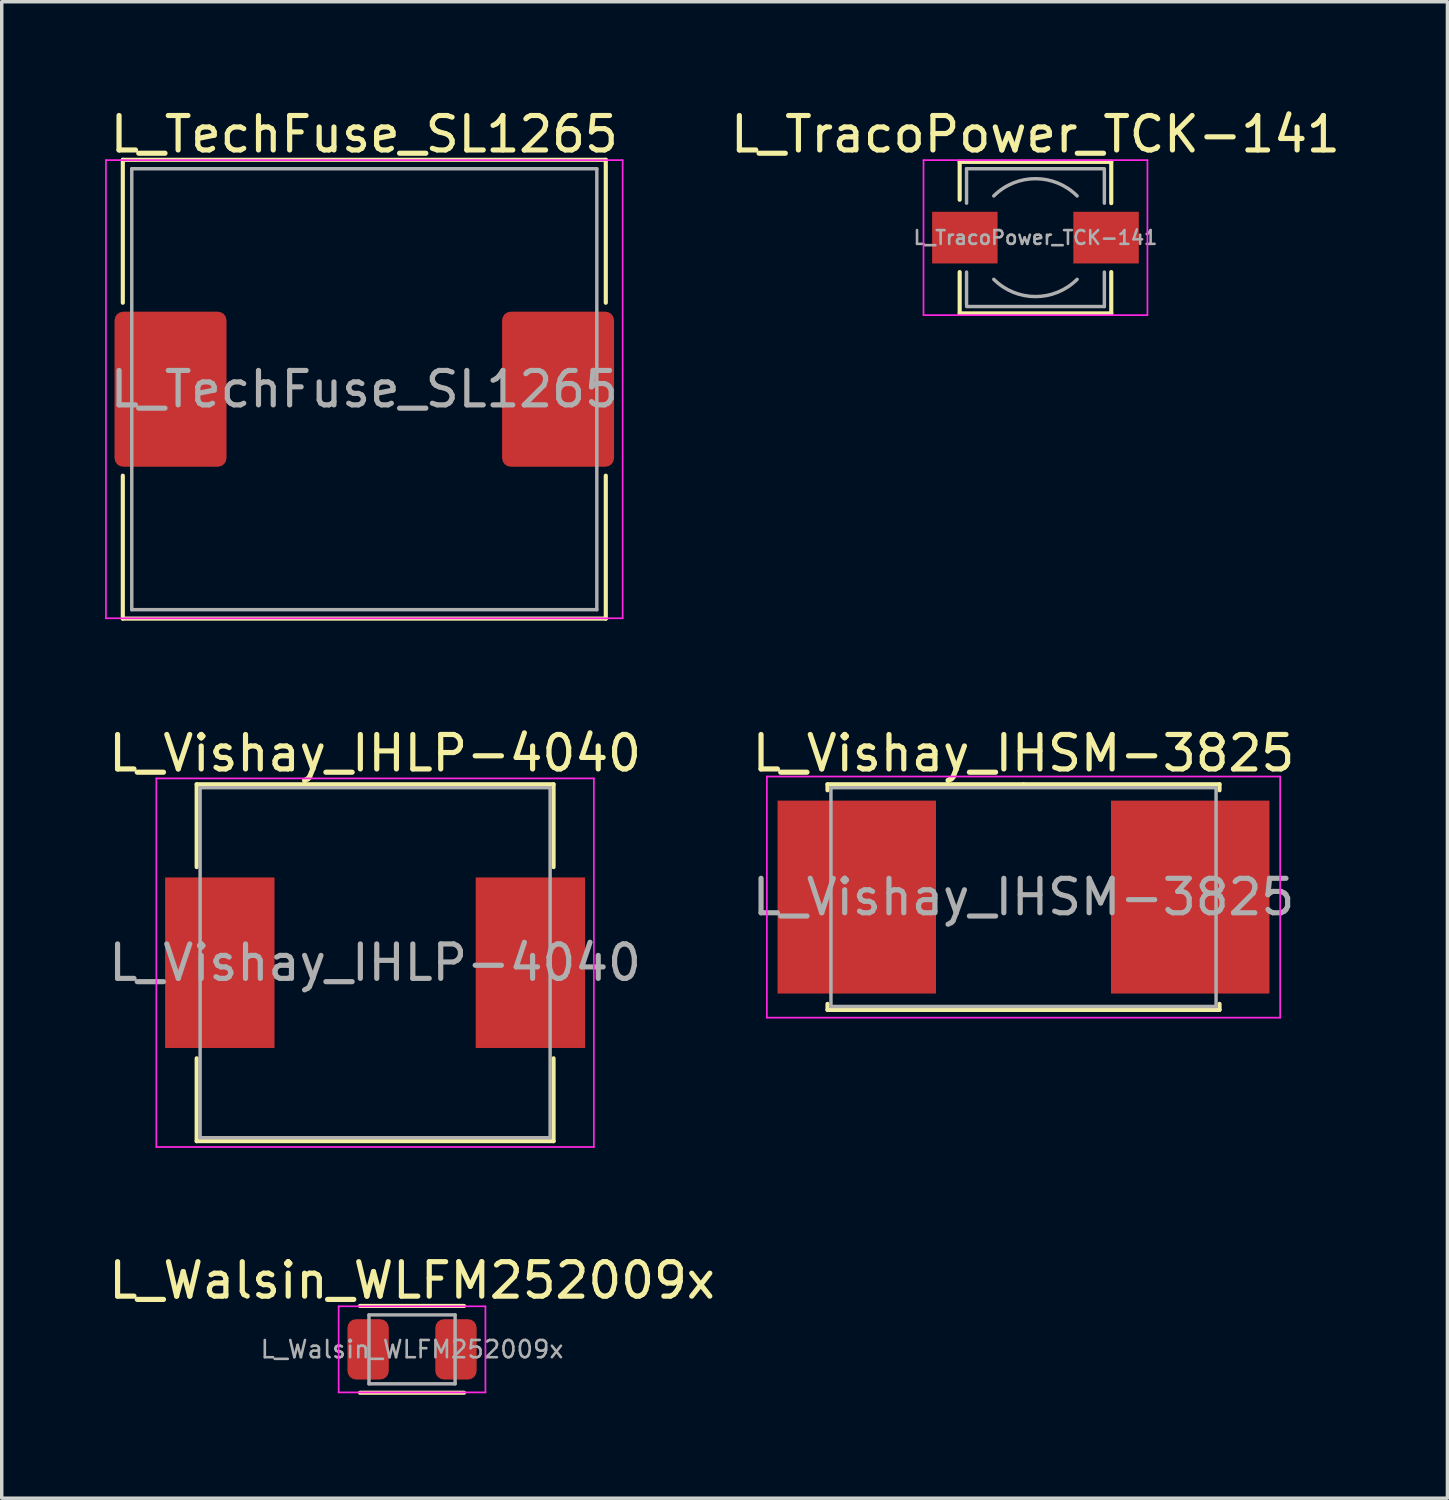
<source format=kicad_pcb>
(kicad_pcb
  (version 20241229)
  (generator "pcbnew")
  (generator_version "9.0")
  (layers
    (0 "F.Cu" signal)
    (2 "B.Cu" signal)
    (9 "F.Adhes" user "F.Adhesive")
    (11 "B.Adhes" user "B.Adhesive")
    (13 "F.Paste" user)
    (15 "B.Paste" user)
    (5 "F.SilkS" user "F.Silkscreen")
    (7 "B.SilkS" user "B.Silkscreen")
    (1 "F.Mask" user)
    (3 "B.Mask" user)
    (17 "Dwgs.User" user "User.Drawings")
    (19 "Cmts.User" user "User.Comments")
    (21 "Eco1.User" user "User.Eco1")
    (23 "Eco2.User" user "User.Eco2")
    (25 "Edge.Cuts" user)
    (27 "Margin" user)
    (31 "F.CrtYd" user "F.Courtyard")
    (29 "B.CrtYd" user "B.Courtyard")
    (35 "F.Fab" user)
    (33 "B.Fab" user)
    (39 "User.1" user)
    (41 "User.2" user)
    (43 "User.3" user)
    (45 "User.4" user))
  (footprint "L_TechFuse_SL1265"
    (layer "F.Cu")
    (at 7.525 8.248)
    (property "Reference" "L_TechFuse_SL1265" (at 0 -7.4 0) (layer "F.SilkS") (effects (font (size 1 1) (thickness 0.15))))
    (attr smd)
    (fp_line (start -7.01 -6.66) (end -7.01 -2.51) (stroke (width 0.12) (type solid)) (layer "F.SilkS"))
    (fp_line (start -7.01 -6.66) (end 7.01 -6.66) (stroke (width 0.12) (type solid)) (layer "F.SilkS"))
    (fp_line (start -7.01 6.66) (end -7.01 2.51) (stroke (width 0.12) (type solid)) (layer "F.SilkS"))
    (fp_line (start -7.01 6.66) (end 7.01 6.66) (stroke (width 0.12) (type solid)) (layer "F.SilkS"))
    (fp_line (start 7.01 -6.66) (end 7.01 -2.51) (stroke (width 0.12) (type solid)) (layer "F.SilkS"))
    (fp_line (start 7.01 6.66) (end 7.01 2.51) (stroke (width 0.12) (type solid)) (layer "F.SilkS"))
    (fp_line (start -7.5 -6.65) (end -7.5 6.65) (stroke (width 0.05) (type solid)) (layer "F.CrtYd"))
    (fp_line (start -7.5 6.65) (end 7.5 6.65) (stroke (width 0.05) (type solid)) (layer "F.CrtYd"))
    (fp_line (start 7.5 -6.65) (end -7.5 -6.65) (stroke (width 0.05) (type solid)) (layer "F.CrtYd"))
    (fp_line (start 7.5 6.65) (end 7.5 -6.65) (stroke (width 0.05) (type solid)) (layer "F.CrtYd"))
    (fp_line (start -6.75 -6.4) (end -6.75 6.4) (stroke (width 0.1) (type solid)) (layer "F.Fab"))
    (fp_line (start -6.75 6.4) (end 6.75 6.4) (stroke (width 0.1) (type solid)) (layer "F.Fab"))
    (fp_line (start 6.75 -6.4) (end -6.75 -6.4) (stroke (width 0.1) (type solid)) (layer "F.Fab"))
    (fp_line (start 6.75 6.4) (end 6.75 -6.4) (stroke (width 0.1) (type solid)) (layer "F.Fab"))
    (fp_text user "${REFERENCE}" (at 0 0 0) (layer "F.Fab") (effects (font (size 1 1) (thickness 0.15))))
    (pad "1" smd roundrect (at -5.625 0) (size 3.25 4.5) (layers "F.Cu" "F.Mask" "F.Paste") (roundrect_rratio 0.077))
    (pad "2" smd roundrect (at 5.625 0) (size 3.25 4.5) (layers "F.Cu" "F.Mask" "F.Paste") (roundrect_rratio 0.077)))
  (footprint "L_Vishay_IHLP-4040"
    (layer "F.Cu")
    (at 7.839 24.896)
    (property "Reference" "L_Vishay_IHLP-4040" (at 0 -6.08 0) (layer "F.SilkS") (effects (font (size 1 1) (thickness 0.15))))
    (attr smd)
    (fp_line (start -5.18 -5.18) (end 5.18 -5.18) (stroke (width 0.12) (type solid)) (layer "F.SilkS"))
    (fp_line (start -5.18 -2.775) (end -5.18 -5.18) (stroke (width 0.12) (type solid)) (layer "F.SilkS"))
    (fp_line (start -5.18 2.775) (end -5.18 5.18) (stroke (width 0.12) (type solid)) (layer "F.SilkS"))
    (fp_line (start -5.18 5.18) (end 5.18 5.18) (stroke (width 0.12) (type solid)) (layer "F.SilkS"))
    (fp_line (start 5.18 -5.18) (end 5.18 -2.775) (stroke (width 0.12) (type solid)) (layer "F.SilkS"))
    (fp_line (start 5.18 5.18) (end 5.18 2.775) (stroke (width 0.12) (type solid)) (layer "F.SilkS"))
    (fp_line (start -6.35 -5.35) (end -6.35 5.35) (stroke (width 0.05) (type solid)) (layer "F.CrtYd"))
    (fp_line (start -6.35 5.35) (end 6.35 5.35) (stroke (width 0.05) (type solid)) (layer "F.CrtYd"))
    (fp_line (start 6.35 -5.35) (end -6.35 -5.35) (stroke (width 0.05) (type solid)) (layer "F.CrtYd"))
    (fp_line (start 6.35 5.35) (end 6.35 -5.35) (stroke (width 0.05) (type solid)) (layer "F.CrtYd"))
    (fp_line (start -5.08 -5.08) (end -5.08 5.08) (stroke (width 0.1) (type solid)) (layer "F.Fab"))
    (fp_line (start -5.08 5.08) (end 5.08 5.08) (stroke (width 0.1) (type solid)) (layer "F.Fab"))
    (fp_line (start 5.08 -5.08) (end -5.08 -5.08) (stroke (width 0.1) (type solid)) (layer "F.Fab"))
    (fp_line (start 5.08 5.08) (end 5.08 -5.08) (stroke (width 0.1) (type solid)) (layer "F.Fab"))
    (fp_text user "${REFERENCE}" (at 0 0 0) (layer "F.Fab") (effects (font (size 1 1) (thickness 0.15))))
    (pad "1" smd rect (at -4.508 0) (size 3.175 4.95) (layers "F.Cu" "F.Mask" "F.Paste"))
    (pad "2" smd rect (at 4.508 0) (size 3.175 4.95) (layers "F.Cu" "F.Mask" "F.Paste")))
  (footprint "L_Walsin_WLFM252009x"
    (layer "F.Cu")
    (at 8.911 36.12)
    (property "Reference" "L_Walsin_WLFM252009x" (at 0 -2 0) (layer "F.SilkS") (effects (font (size 1 1) (thickness 0.15))))
    (attr smd)
    (fp_line (start -1.51 -1.26) (end 1.51 -1.26) (stroke (width 0.12) (type solid)) (layer "F.SilkS"))
    (fp_line (start -1.51 1.26) (end 1.51 1.26) (stroke (width 0.12) (type solid)) (layer "F.SilkS"))
    (fp_line (start -2.13 -1.25) (end -2.13 1.25) (stroke (width 0.05) (type solid)) (layer "F.CrtYd"))
    (fp_line (start -2.13 1.25) (end 2.13 1.25) (stroke (width 0.05) (type solid)) (layer "F.CrtYd"))
    (fp_line (start 2.13 -1.25) (end -2.13 -1.25) (stroke (width 0.05) (type solid)) (layer "F.CrtYd"))
    (fp_line (start 2.13 1.25) (end 2.13 -1.25) (stroke (width 0.05) (type solid)) (layer "F.CrtYd"))
    (fp_line (start -1.25 -1) (end -1.25 1) (stroke (width 0.1) (type solid)) (layer "F.Fab"))
    (fp_line (start -1.25 1) (end 1.25 1) (stroke (width 0.1) (type solid)) (layer "F.Fab"))
    (fp_line (start 1.25 -1) (end -1.25 -1) (stroke (width 0.1) (type solid)) (layer "F.Fab"))
    (fp_line (start 1.25 1) (end 1.25 -1) (stroke (width 0.1) (type solid)) (layer "F.Fab"))
    (fp_text user "${REFERENCE}" (at 0 0 0) (layer "F.Fab") (effects (font (size 0.5 0.5) (thickness 0.075))))
    (pad "1" smd roundrect (at -1.275 0) (size 1.2 1.75) (layers "F.Cu" "F.Mask" "F.Paste") (roundrect_rratio 0.208))
    (pad "2" smd roundrect (at 1.275 0) (size 1.2 1.75) (layers "F.Cu" "F.Mask" "F.Paste") (roundrect_rratio 0.208)))
  (footprint "L_TracoPower_TCK-141"
    (layer "F.Cu")
    (at 27.008 3.848)
    (property "Reference" "L_TracoPower_TCK-141" (at 0 -3 0) (layer "F.SilkS") (effects (font (size 1 1) (thickness 0.15))))
    (attr smd)
    (fp_line (start -2.2 -2.2) (end 2.2 -2.2) (stroke (width 0.12) (type solid)) (layer "F.SilkS"))
    (fp_line (start -2.2 -1.1) (end -2.2 -2.2) (stroke (width 0.12) (type solid)) (layer "F.SilkS"))
    (fp_line (start -2.2 2.2) (end -2.2 1) (stroke (width 0.12) (type solid)) (layer "F.SilkS"))
    (fp_line (start 2.2 -2.2) (end 2.2 -1) (stroke (width 0.12) (type solid)) (layer "F.SilkS"))
    (fp_line (start 2.2 1) (end 2.2 2.2) (stroke (width 0.12) (type solid)) (layer "F.SilkS"))
    (fp_line (start 2.2 2.2) (end -2.2 2.2) (stroke (width 0.12) (type solid)) (layer "F.SilkS"))
    (fp_line (start -3.25 -2.25) (end -3.25 2.25) (stroke (width 0.05) (type solid)) (layer "F.CrtYd"))
    (fp_line (start -3.25 -2.25) (end 3.25 -2.25) (stroke (width 0.05) (type solid)) (layer "F.CrtYd"))
    (fp_line (start -3.25 2.25) (end 3.25 2.25) (stroke (width 0.05) (type solid)) (layer "F.CrtYd"))
    (fp_line (start 3.25 2.25) (end 3.25 -2.25) (stroke (width 0.05) (type solid)) (layer "F.CrtYd"))
    (fp_line (start -2 -2) (end -2 -1) (stroke (width 0.1) (type solid)) (layer "F.Fab"))
    (fp_line (start -2 -2) (end 2 -2) (stroke (width 0.1) (type solid)) (layer "F.Fab"))
    (fp_line (start -2 1.95) (end -2 1) (stroke (width 0.1) (type solid)) (layer "F.Fab"))
    (fp_line (start -2 2) (end 2 2) (stroke (width 0.1) (type solid)) (layer "F.Fab"))
    (fp_line (start 2 -1.95) (end 2 -1) (stroke (width 0.1) (type solid)) (layer "F.Fab"))
    (fp_line (start 2 2) (end 2 1) (stroke (width 0.1) (type solid)) (layer "F.Fab"))
    (fp_arc (start -1.21 -1.21) (mid 0 -1.711198) (end 1.21 -1.21) (stroke (width 0.1) (type solid)) (layer "F.Fab"))
    (fp_arc (start 1.21 1.21) (mid 0 1.711198) (end -1.21 1.21) (stroke (width 0.1) (type solid)) (layer "F.Fab"))
    (fp_text user "${REFERENCE}" (at 0 0 0) (layer "F.Fab") (effects (font (size 0.4 0.4) (thickness 0.075))))
    (pad "1" smd rect (at -2.05 0) (size 1.9 1.5) (layers "F.Cu" "F.Mask" "F.Paste"))
    (pad "2" smd rect (at 2.05 0) (size 1.9 1.5) (layers "F.Cu" "F.Mask" "F.Paste")))
  (footprint "L_Vishay_IHSM-3825"
    (layer "F.Cu")
    (at 26.661 22.991)
    (property "Reference" "L_Vishay_IHSM-3825" (at 0 -4.175 0) (layer "F.SilkS") (effects (font (size 1 1) (thickness 0.15))))
    (attr smd)
    (fp_line (start -5.69 -3.275) (end 0 -3.275) (stroke (width 0.12) (type solid)) (layer "F.SilkS"))
    (fp_line (start -5.69 -3.1) (end -5.69 -3.275) (stroke (width 0.12) (type solid)) (layer "F.SilkS"))
    (fp_line (start -5.69 3.1) (end -5.69 3.275) (stroke (width 0.12) (type solid)) (layer "F.SilkS"))
    (fp_line (start -5.69 3.275) (end 0 3.275) (stroke (width 0.12) (type solid)) (layer "F.SilkS"))
    (fp_line (start 5.69 -3.275) (end 0 -3.275) (stroke (width 0.12) (type solid)) (layer "F.SilkS"))
    (fp_line (start 5.69 -3.1) (end 5.69 -3.275) (stroke (width 0.12) (type solid)) (layer "F.SilkS"))
    (fp_line (start 5.69 3.1) (end 5.69 3.275) (stroke (width 0.12) (type solid)) (layer "F.SilkS"))
    (fp_line (start 5.69 3.275) (end 0 3.275) (stroke (width 0.12) (type solid)) (layer "F.SilkS"))
    (fp_line (start -7.45 -3.5) (end -7.45 3.5) (stroke (width 0.05) (type solid)) (layer "F.CrtYd"))
    (fp_line (start -7.45 3.5) (end 7.45 3.5) (stroke (width 0.05) (type solid)) (layer "F.CrtYd"))
    (fp_line (start 7.45 -3.5) (end -7.45 -3.5) (stroke (width 0.05) (type solid)) (layer "F.CrtYd"))
    (fp_line (start 7.45 3.5) (end 7.45 -3.5) (stroke (width 0.05) (type solid)) (layer "F.CrtYd"))
    (fp_line (start -5.59 -3.175) (end -5.59 3.175) (stroke (width 0.1) (type solid)) (layer "F.Fab"))
    (fp_line (start -5.59 3.175) (end 5.59 3.175) (stroke (width 0.1) (type solid)) (layer "F.Fab"))
    (fp_line (start 5.59 -3.175) (end -5.59 -3.175) (stroke (width 0.1) (type solid)) (layer "F.Fab"))
    (fp_line (start 5.59 3.175) (end 5.59 -3.175) (stroke (width 0.1) (type solid)) (layer "F.Fab"))
    (fp_text user "${REFERENCE}" (at 0 0 0) (layer "F.Fab") (effects (font (size 1 1) (thickness 0.15))))
    (pad "1" smd rect (at -4.84 0) (size 4.6 5.6) (layers "F.Cu" "F.Mask" "F.Paste"))
    (pad "2" smd rect (at 4.84 0) (size 4.6 5.6) (layers "F.Cu" "F.Mask" "F.Paste")))
  (gr_rect
    (start -3 -3)
    (end 38.967 40.44)
    (stroke (width 0.1) (type default))
    (fill no)
    (layer "Edge.Cuts")))
</source>
